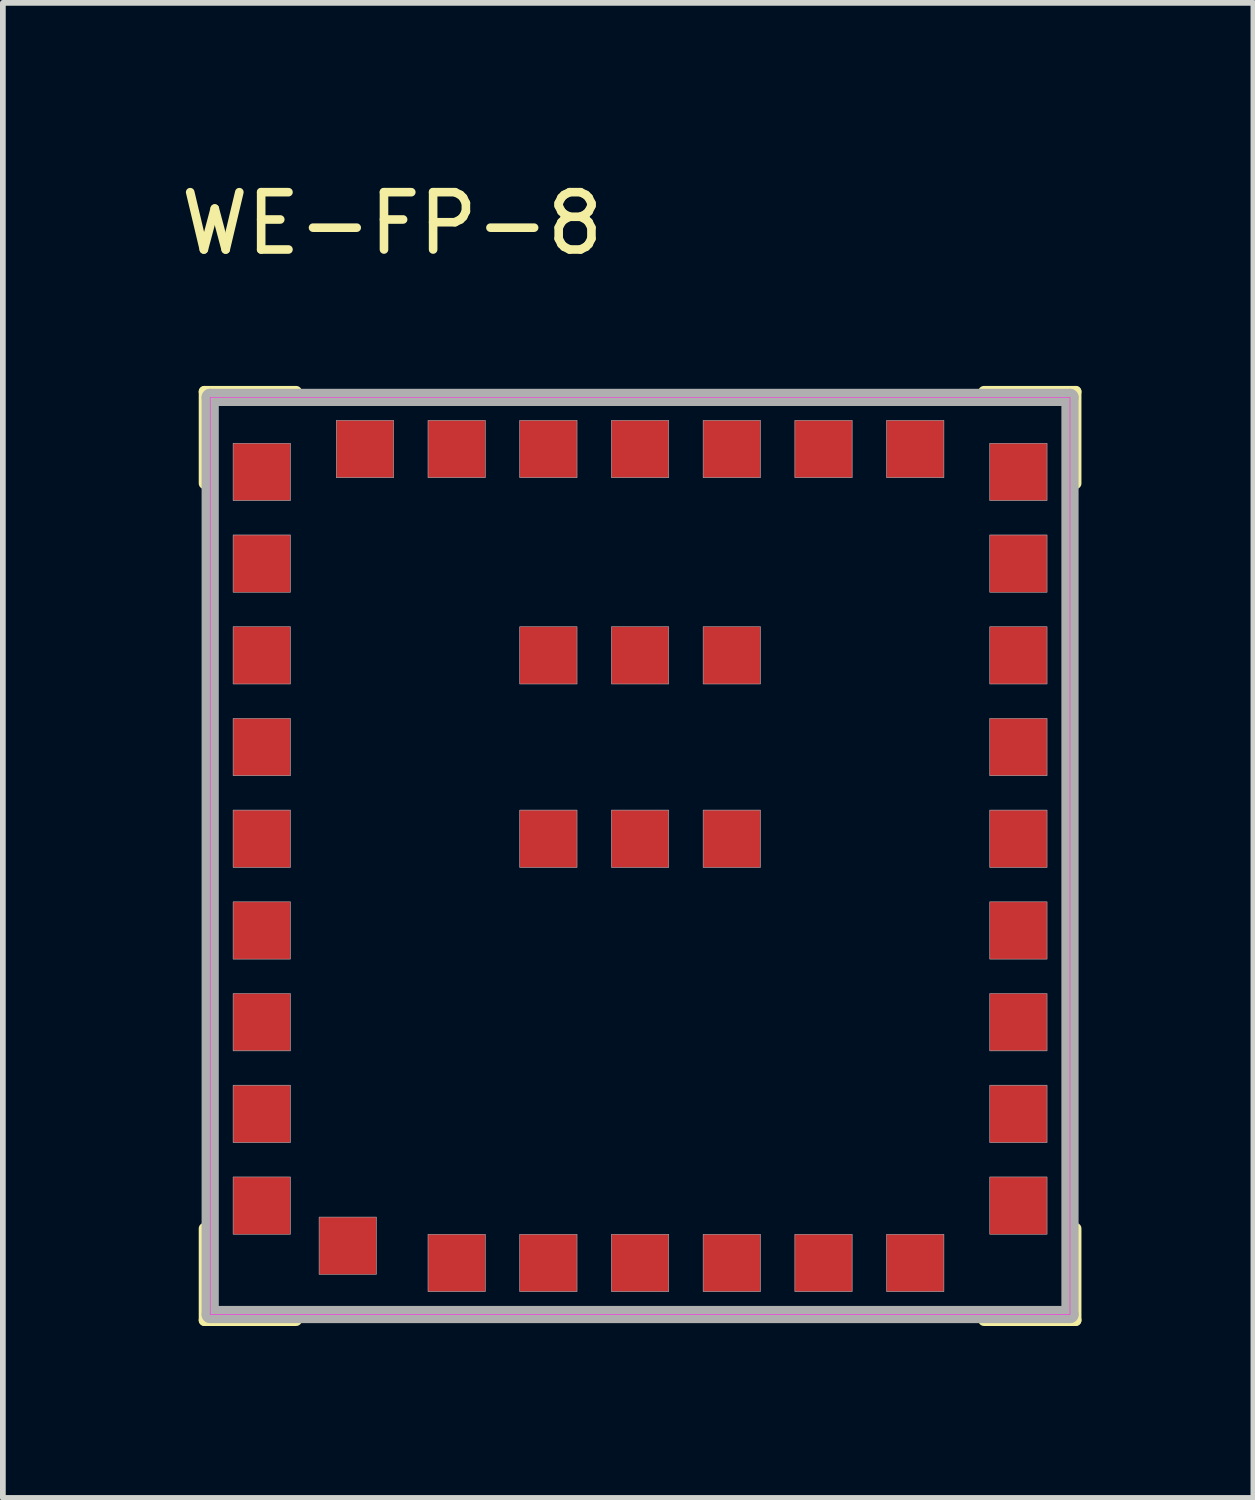
<source format=kicad_pcb>
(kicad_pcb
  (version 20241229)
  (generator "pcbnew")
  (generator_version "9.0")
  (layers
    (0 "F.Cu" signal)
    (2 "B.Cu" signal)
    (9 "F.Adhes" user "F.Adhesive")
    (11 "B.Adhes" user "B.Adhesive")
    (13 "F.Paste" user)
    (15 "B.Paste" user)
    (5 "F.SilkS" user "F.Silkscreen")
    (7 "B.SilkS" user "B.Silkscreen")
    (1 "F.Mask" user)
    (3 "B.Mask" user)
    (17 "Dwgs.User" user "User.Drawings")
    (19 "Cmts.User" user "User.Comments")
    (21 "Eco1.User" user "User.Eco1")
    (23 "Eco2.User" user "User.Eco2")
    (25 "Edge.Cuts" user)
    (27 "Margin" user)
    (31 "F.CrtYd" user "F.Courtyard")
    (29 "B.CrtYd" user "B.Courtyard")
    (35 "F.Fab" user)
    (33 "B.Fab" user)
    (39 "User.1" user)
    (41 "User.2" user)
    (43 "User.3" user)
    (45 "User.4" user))
  (footprint "WE-FP-8"
    (layer "F.Cu")
    (at 8.117 11.883)
    (property "Reference" "WE-FP-8" (at -4.325 -11.035 0) (layer "F.SilkS") (effects (font (size 1 1) (thickness 0.15))))
    (attr smd)
    (fp_line (start -7.6 -8.1) (end -7.6 -6.5) (stroke (width 0.2) (type solid)) (layer "F.SilkS"))
    (fp_line (start -7.6 8.1) (end -7.6 6.5) (stroke (width 0.2) (type solid)) (layer "F.SilkS"))
    (fp_line (start -6 -8.1) (end -7.6 -8.1) (stroke (width 0.2) (type solid)) (layer "F.SilkS"))
    (fp_line (start -6 8.1) (end -7.6 8.1) (stroke (width 0.2) (type solid)) (layer "F.SilkS"))
    (fp_line (start 7.6 -8.1) (end 6 -8.1) (stroke (width 0.2) (type solid)) (layer "F.SilkS"))
    (fp_line (start 7.6 -6.5) (end 7.6 -8.1) (stroke (width 0.2) (type solid)) (layer "F.SilkS"))
    (fp_line (start 7.6 6.5) (end 7.6 8.1) (stroke (width 0.2) (type solid)) (layer "F.SilkS"))
    (fp_line (start 7.6 8.1) (end 6 8.1) (stroke (width 0.2) (type solid)) (layer "F.SilkS"))
    (fp_poly (pts (xy 7.5 8) (xy -7.5 8) (xy -7.5 -8) (xy 7.5 -8)) (stroke (width 0.01) (type solid)) (fill no) (layer "F.CrtYd"))
    (fp_line (start -7.5 -8) (end -7.5 8) (stroke (width 0.3) (type solid)) (layer "F.Fab"))
    (fp_line (start -7.5 8) (end 7.5 8) (stroke (width 0.3) (type solid)) (layer "F.Fab"))
    (fp_line (start 7.5 -8) (end -7.5 -8) (stroke (width 0.3) (type solid)) (layer "F.Fab"))
    (fp_line (start 7.5 8) (end 7.5 -8) (stroke (width 0.3) (type solid)) (layer "F.Fab"))
    (fp_poly (pts (xy -7.1 -7.2) (xy -6.1 -7.2) (xy -6.1 -6.2) (xy -7.1 -6.2)) (stroke (width 0.01) (type solid)) (fill no) (layer "F.Fab"))
    (fp_poly (pts (xy -7.1 -5.6) (xy -6.1 -5.6) (xy -6.1 -4.6) (xy -7.1 -4.6)) (stroke (width 0.01) (type solid)) (fill no) (layer "F.Fab"))
    (fp_poly (pts (xy -7.1 -4) (xy -6.1 -4) (xy -6.1 -3) (xy -7.1 -3)) (stroke (width 0.01) (type solid)) (fill no) (layer "F.Fab"))
    (fp_poly (pts (xy -7.1 -2.4) (xy -6.1 -2.4) (xy -6.1 -1.4) (xy -7.1 -1.4)) (stroke (width 0.01) (type solid)) (fill no) (layer "F.Fab"))
    (fp_poly (pts (xy -7.1 -0.8) (xy -6.1 -0.8) (xy -6.1 0.2) (xy -7.1 0.2)) (stroke (width 0.01) (type solid)) (fill no) (layer "F.Fab"))
    (fp_poly (pts (xy -7.1 0.8) (xy -6.1 0.8) (xy -6.1 1.8) (xy -7.1 1.8)) (stroke (width 0.01) (type solid)) (fill no) (layer "F.Fab"))
    (fp_poly (pts (xy -7.1 2.4) (xy -6.1 2.4) (xy -6.1 3.4) (xy -7.1 3.4)) (stroke (width 0.01) (type solid)) (fill no) (layer "F.Fab"))
    (fp_poly (pts (xy -7.1 4) (xy -6.1 4) (xy -6.1 5) (xy -7.1 5)) (stroke (width 0.01) (type solid)) (fill no) (layer "F.Fab"))
    (fp_poly (pts (xy -7.1 5.6) (xy -6.1 5.6) (xy -6.1 6.6) (xy -7.1 6.6)) (stroke (width 0.01) (type solid)) (fill no) (layer "F.Fab"))
    (fp_poly (pts (xy -5.6 6.3) (xy -4.6 6.3) (xy -4.6 7.3) (xy -5.6 7.3)) (stroke (width 0.01) (type solid)) (fill no) (layer "F.Fab"))
    (fp_poly (pts (xy -5.3 -7.6) (xy -4.3 -7.6) (xy -4.3 -6.6) (xy -5.3 -6.6)) (stroke (width 0.01) (type solid)) (fill no) (layer "F.Fab"))
    (fp_poly (pts (xy -3.7 -7.6) (xy -2.7 -7.6) (xy -2.7 -6.6) (xy -3.7 -6.6)) (stroke (width 0.01) (type solid)) (fill no) (layer "F.Fab"))
    (fp_poly (pts (xy -3.7 6.6) (xy -2.7 6.6) (xy -2.7 7.6) (xy -3.7 7.6)) (stroke (width 0.01) (type solid)) (fill no) (layer "F.Fab"))
    (fp_poly (pts (xy -2.1 -7.6) (xy -1.1 -7.6) (xy -1.1 -6.6) (xy -2.1 -6.6)) (stroke (width 0.01) (type solid)) (fill no) (layer "F.Fab"))
    (fp_poly (pts (xy -2.1 -4) (xy -1.1 -4) (xy -1.1 -3) (xy -2.1 -3)) (stroke (width 0.01) (type solid)) (fill no) (layer "F.Fab"))
    (fp_poly (pts (xy -2.1 -0.8) (xy -1.1 -0.8) (xy -1.1 0.2) (xy -2.1 0.2)) (stroke (width 0.01) (type solid)) (fill no) (layer "F.Fab"))
    (fp_poly (pts (xy -2.1 6.6) (xy -1.1 6.6) (xy -1.1 7.6) (xy -2.1 7.6)) (stroke (width 0.01) (type solid)) (fill no) (layer "F.Fab"))
    (fp_poly (pts (xy -0.5 -7.6) (xy 0.5 -7.6) (xy 0.5 -6.6) (xy -0.5 -6.6)) (stroke (width 0.01) (type solid)) (fill no) (layer "F.Fab"))
    (fp_poly (pts (xy -0.5 -4) (xy 0.5 -4) (xy 0.5 -3) (xy -0.5 -3)) (stroke (width 0.01) (type solid)) (fill no) (layer "F.Fab"))
    (fp_poly (pts (xy -0.5 -0.8) (xy 0.5 -0.8) (xy 0.5 0.2) (xy -0.5 0.2)) (stroke (width 0.01) (type solid)) (fill no) (layer "F.Fab"))
    (fp_poly (pts (xy -0.5 6.6) (xy 0.5 6.6) (xy 0.5 7.6) (xy -0.5 7.6)) (stroke (width 0.01) (type solid)) (fill no) (layer "F.Fab"))
    (fp_poly (pts (xy 1.1 -7.6) (xy 2.1 -7.6) (xy 2.1 -6.6) (xy 1.1 -6.6)) (stroke (width 0.01) (type solid)) (fill no) (layer "F.Fab"))
    (fp_poly (pts (xy 1.1 -4) (xy 2.1 -4) (xy 2.1 -3) (xy 1.1 -3)) (stroke (width 0.01) (type solid)) (fill no) (layer "F.Fab"))
    (fp_poly (pts (xy 1.1 -0.8) (xy 2.1 -0.8) (xy 2.1 0.2) (xy 1.1 0.2)) (stroke (width 0.01) (type solid)) (fill no) (layer "F.Fab"))
    (fp_poly (pts (xy 1.1 6.6) (xy 2.1 6.6) (xy 2.1 7.6) (xy 1.1 7.6)) (stroke (width 0.01) (type solid)) (fill no) (layer "F.Fab"))
    (fp_poly (pts (xy 2.7 -7.6) (xy 3.7 -7.6) (xy 3.7 -6.6) (xy 2.7 -6.6)) (stroke (width 0.01) (type solid)) (fill no) (layer "F.Fab"))
    (fp_poly (pts (xy 2.7 6.6) (xy 3.7 6.6) (xy 3.7 7.6) (xy 2.7 7.6)) (stroke (width 0.01) (type solid)) (fill no) (layer "F.Fab"))
    (fp_poly (pts (xy 4.3 -7.6) (xy 5.3 -7.6) (xy 5.3 -6.6) (xy 4.3 -6.6)) (stroke (width 0.01) (type solid)) (fill no) (layer "F.Fab"))
    (fp_poly (pts (xy 4.3 6.6) (xy 5.3 6.6) (xy 5.3 7.6) (xy 4.3 7.6)) (stroke (width 0.01) (type solid)) (fill no) (layer "F.Fab"))
    (fp_poly (pts (xy 6.1 -7.2) (xy 7.1 -7.2) (xy 7.1 -6.2) (xy 6.1 -6.2)) (stroke (width 0.01) (type solid)) (fill no) (layer "F.Fab"))
    (fp_poly (pts (xy 6.1 -5.6) (xy 7.1 -5.6) (xy 7.1 -4.6) (xy 6.1 -4.6)) (stroke (width 0.01) (type solid)) (fill no) (layer "F.Fab"))
    (fp_poly (pts (xy 6.1 -4) (xy 7.1 -4) (xy 7.1 -3) (xy 6.1 -3)) (stroke (width 0.01) (type solid)) (fill no) (layer "F.Fab"))
    (fp_poly (pts (xy 6.1 -2.4) (xy 7.1 -2.4) (xy 7.1 -1.4) (xy 6.1 -1.4)) (stroke (width 0.01) (type solid)) (fill no) (layer "F.Fab"))
    (fp_poly (pts (xy 6.1 -0.8) (xy 7.1 -0.8) (xy 7.1 0.2) (xy 6.1 0.2)) (stroke (width 0.01) (type solid)) (fill no) (layer "F.Fab"))
    (fp_poly (pts (xy 6.1 0.8) (xy 7.1 0.8) (xy 7.1 1.8) (xy 6.1 1.8)) (stroke (width 0.01) (type solid)) (fill no) (layer "F.Fab"))
    (fp_poly (pts (xy 6.1 2.4) (xy 7.1 2.4) (xy 7.1 3.4) (xy 6.1 3.4)) (stroke (width 0.01) (type solid)) (fill no) (layer "F.Fab"))
    (fp_poly (pts (xy 6.1 4) (xy 7.1 4) (xy 7.1 5) (xy 6.1 5)) (stroke (width 0.01) (type solid)) (fill no) (layer "F.Fab"))
    (fp_poly (pts (xy 6.1 5.6) (xy 7.1 5.6) (xy 7.1 6.6) (xy 6.1 6.6)) (stroke (width 0.01) (type solid)) (fill no) (layer "F.Fab"))
    (pad "1" smd rect (at -6.6 -6.7) (size 1 1) (layers "F.Cu" "F.Mask" "F.Paste"))
    (pad "2" smd rect (at -6.6 -5.1) (size 1 1) (layers "F.Cu" "F.Mask" "F.Paste"))
    (pad "3" smd rect (at -6.6 -3.5) (size 1 1) (layers "F.Cu" "F.Mask" "F.Paste"))
    (pad "4" smd rect (at -6.6 -1.9) (size 1 1) (layers "F.Cu" "F.Mask" "F.Paste"))
    (pad "5" smd rect (at -6.6 -0.3) (size 1 1) (layers "F.Cu" "F.Mask" "F.Paste"))
    (pad "6" smd rect (at -6.6 1.3) (size 1 1) (layers "F.Cu" "F.Mask" "F.Paste"))
    (pad "7" smd rect (at -6.6 2.9) (size 1 1) (layers "F.Cu" "F.Mask" "F.Paste"))
    (pad "8" smd rect (at -6.6 4.5) (size 1 1) (layers "F.Cu" "F.Mask" "F.Paste"))
    (pad "9" smd rect (at -6.6 6.1) (size 1 1) (layers "F.Cu" "F.Mask" "F.Paste"))
    (pad "10" smd rect (at -5.1 6.8) (size 1 1) (layers "F.Cu" "F.Mask" "F.Paste"))
    (pad "11" smd rect (at -3.2 7.1) (size 1 1) (layers "F.Cu" "F.Mask" "F.Paste"))
    (pad "12" smd rect (at -1.6 7.1) (size 1 1) (layers "F.Cu" "F.Mask" "F.Paste"))
    (pad "13" smd rect (at 0 7.1) (size 1 1) (layers "F.Cu" "F.Mask" "F.Paste"))
    (pad "14" smd rect (at 1.6 7.1) (size 1 1) (layers "F.Cu" "F.Mask" "F.Paste"))
    (pad "15" smd rect (at 3.2 7.1) (size 1 1) (layers "F.Cu" "F.Mask" "F.Paste"))
    (pad "16" smd rect (at 4.8 7.1) (size 1 1) (layers "F.Cu" "F.Mask" "F.Paste"))
    (pad "17" smd rect (at 6.6 6.1) (size 1 1) (layers "F.Cu" "F.Mask" "F.Paste"))
    (pad "18" smd rect (at 6.6 4.5) (size 1 1) (layers "F.Cu" "F.Mask" "F.Paste"))
    (pad "19" smd rect (at 6.6 2.9) (size 1 1) (layers "F.Cu" "F.Mask" "F.Paste"))
    (pad "20" smd rect (at 6.6 1.3) (size 1 1) (layers "F.Cu" "F.Mask" "F.Paste"))
    (pad "21" smd rect (at 6.6 -0.3) (size 1 1) (layers "F.Cu" "F.Mask" "F.Paste"))
    (pad "22" smd rect (at 6.6 -1.9) (size 1 1) (layers "F.Cu" "F.Mask" "F.Paste"))
    (pad "23" smd rect (at 6.6 -3.5) (size 1 1) (layers "F.Cu" "F.Mask" "F.Paste"))
    (pad "24" smd rect (at 6.6 -5.1) (size 1 1) (layers "F.Cu" "F.Mask" "F.Paste"))
    (pad "25" smd rect (at 6.6 -6.7) (size 1 1) (layers "F.Cu" "F.Mask" "F.Paste"))
    (pad "26" smd rect (at 4.8 -7.1) (size 1 1) (layers "F.Cu" "F.Mask" "F.Paste"))
    (pad "27" smd rect (at 3.2 -7.1) (size 1 1) (layers "F.Cu" "F.Mask" "F.Paste"))
    (pad "28" smd rect (at 1.6 -7.1) (size 1 1) (layers "F.Cu" "F.Mask" "F.Paste"))
    (pad "29" smd rect (at 0 -7.1) (size 1 1) (layers "F.Cu" "F.Mask" "F.Paste"))
    (pad "30" smd rect (at -1.6 -7.1) (size 1 1) (layers "F.Cu" "F.Mask" "F.Paste"))
    (pad "31" smd rect (at -3.2 -7.1) (size 1 1) (layers "F.Cu" "F.Mask" "F.Paste"))
    (pad "32" smd rect (at -4.8 -7.1) (size 1 1) (layers "F.Cu" "F.Mask" "F.Paste"))
    (pad "B1" smd rect (at -1.6 -3.5) (size 1 1) (layers "F.Cu" "F.Mask" "F.Paste"))
    (pad "B2" smd rect (at -1.6 -0.3) (size 1 1) (layers "F.Cu" "F.Mask" "F.Paste"))
    (pad "B3" smd rect (at 0 -0.3) (size 1 1) (layers "F.Cu" "F.Mask" "F.Paste"))
    (pad "B4" smd rect (at 1.6 -0.3) (size 1 1) (layers "F.Cu" "F.Mask" "F.Paste"))
    (pad "B5" smd rect (at 1.6 -3.5) (size 1 1) (layers "F.Cu" "F.Mask" "F.Paste"))
    (pad "B6" smd rect (at 0 -3.5) (size 1 1) (layers "F.Cu" "F.Mask" "F.Paste"))
    (zone (net_name "") (layer "F.Cu") (hatch full 0.508) (connect_pads) (min_thickness 0.01) (filled_areas_thickness no) (keepout (tracks not_allowed) (vias not_allowed) (pads not_allowed) (copperpour not_allowed) (footprints allowed)) (placement (enabled no)) (fill) (polygon (pts (xy 0.617 4.583) (xy 0.617 3.883) (xy 2.717 3.883) (xy 2.717 4.583))))
    (zone (net_name "") (layer "F.Cu") (hatch full 0.508) (connect_pads) (min_thickness 0.01) (filled_areas_thickness no) (keepout (tracks not_allowed) (vias not_allowed) (pads not_allowed) (copperpour not_allowed) (footprints allowed)) (placement (enabled no)) (fill) (polygon (pts (xy 0.617 6.183) (xy 0.617 5.783) (xy 2.117 5.783) (xy 2.117 6.183))))
    (zone (net_name "") (layer "F.Cu") (hatch full 0.508) (connect_pads) (min_thickness 0.01) (filled_areas_thickness no) (keepout (tracks not_allowed) (vias not_allowed) (pads not_allowed) (copperpour not_allowed) (footprints allowed)) (placement (enabled no)) (fill) (polygon (pts (xy 0.617 7.783) (xy 0.617 7.383) (xy 2.117 7.383) (xy 2.117 7.783))))
    (zone (net_name "") (layer "F.Cu") (hatch full 0.508) (connect_pads) (min_thickness 0.01) (filled_areas_thickness no) (keepout (tracks not_allowed) (vias not_allowed) (pads not_allowed) (copperpour not_allowed) (footprints allowed)) (placement (enabled no)) (fill) (polygon (pts (xy 0.617 9.383) (xy 0.617 8.983) (xy 2.117 8.983) (xy 2.117 9.383))))
    (zone (net_name "") (layer "F.Cu") (hatch full 0.508) (connect_pads) (min_thickness 0.01) (filled_areas_thickness no) (keepout (tracks not_allowed) (vias not_allowed) (pads not_allowed) (copperpour not_allowed) (footprints allowed)) (placement (enabled no)) (fill) (polygon (pts (xy 0.617 10.983) (xy 0.617 10.583) (xy 2.117 10.583) (xy 2.117 10.983))))
    (zone (net_name "") (layer "F.Cu") (hatch full 0.508) (connect_pads) (min_thickness 0.01) (filled_areas_thickness no) (keepout (tracks not_allowed) (vias not_allowed) (pads not_allowed) (copperpour not_allowed) (footprints allowed)) (placement (enabled no)) (fill) (polygon (pts (xy 0.617 12.583) (xy 0.617 12.183) (xy 2.117 12.183) (xy 2.117 12.583))))
    (zone (net_name "") (layer "F.Cu") (hatch full 0.508) (connect_pads) (min_thickness 0.01) (filled_areas_thickness no) (keepout (tracks not_allowed) (vias not_allowed) (pads not_allowed) (copperpour not_allowed) (footprints allowed)) (placement (enabled no)) (fill) (polygon (pts (xy 0.617 14.183) (xy 0.617 13.783) (xy 2.117 13.783) (xy 2.117 14.183))))
    (zone (net_name "") (layer "F.Cu") (hatch full 0.508) (connect_pads) (min_thickness 0.01) (filled_areas_thickness no) (keepout (tracks not_allowed) (vias not_allowed) (pads not_allowed) (copperpour not_allowed) (footprints allowed)) (placement (enabled no)) (fill) (polygon (pts (xy 0.617 15.783) (xy 0.617 15.383) (xy 2.117 15.383) (xy 2.117 15.783))))
    (zone (net_name "") (layer "F.Cu") (hatch full 0.508) (connect_pads) (min_thickness 0.01) (filled_areas_thickness no) (keepout (tracks not_allowed) (vias not_allowed) (pads not_allowed) (copperpour not_allowed) (footprints allowed)) (placement (enabled no)) (fill) (polygon (pts (xy 2.117 4.583) (xy 2.717 4.583) (xy 2.717 18.083) (xy 2.117 18.083))))
    (zone (net_name "") (layer "F.Cu") (hatch full 0.508) (connect_pads) (min_thickness 0.01) (filled_areas_thickness no) (keepout (tracks not_allowed) (vias not_allowed) (pads not_allowed) (copperpour not_allowed) (footprints allowed)) (placement (enabled no)) (fill) (polygon (pts (xy 2.717 5.683) (xy 2.717 5.383) (xy 13.517 5.383) (xy 13.517 5.683))))
    (zone (net_name "") (layer "F.Cu") (hatch full 0.508) (connect_pads) (min_thickness 0.01) (filled_areas_thickness no) (keepout (tracks not_allowed) (vias not_allowed) (pads not_allowed) (copperpour not_allowed) (footprints allowed)) (placement (enabled no)) (fill) (polygon (pts (xy 2.717 18.083) (xy 2.717 17.783) (xy 3.617 17.783) (xy 3.617 18.083))))
    (zone (net_name "") (layer "F.Cu") (hatch full 0.508) (connect_pads) (min_thickness 0.01) (filled_areas_thickness no) (keepout (tracks not_allowed) (vias not_allowed) (pads not_allowed) (copperpour not_allowed) (footprints allowed)) (placement (enabled no)) (fill) (polygon (pts (xy 3.617 18.383) (xy 3.617 18.083) (xy 13.517 18.083) (xy 13.517 18.383))))
    (zone (net_name "") (layer "F.Cu") (hatch full 0.508) (connect_pads) (min_thickness 0.01) (filled_areas_thickness no) (keepout (tracks not_allowed) (vias not_allowed) (pads not_allowed) (copperpour not_allowed) (footprints allowed)) (placement (enabled no)) (fill) (polygon (pts (xy 4.317 3.883) (xy 4.317 5.383) (xy 3.917 5.383) (xy 3.917 3.883))))
    (zone (net_name "") (layer "F.Cu") (hatch full 0.508) (connect_pads) (min_thickness 0.01) (filled_areas_thickness no) (keepout (tracks not_allowed) (vias not_allowed) (pads not_allowed) (copperpour not_allowed) (footprints allowed)) (placement (enabled no)) (fill) (polygon (pts (xy 5.917 3.883) (xy 5.917 5.383) (xy 5.517 5.383) (xy 5.517 3.883))))
    (zone (net_name "") (layer "F.Cu") (hatch full 0.508) (connect_pads) (min_thickness 0.01) (filled_areas_thickness no) (keepout (tracks not_allowed) (vias not_allowed) (pads not_allowed) (copperpour not_allowed) (footprints allowed)) (placement (enabled no)) (fill) (polygon (pts (xy 7.117 19.883) (xy 7.117 18.383) (xy 7.517 18.383) (xy 7.517 19.883))))
    (zone (net_name "") (layer "F.Cu") (hatch full 0.508) (connect_pads) (min_thickness 0.01) (filled_areas_thickness no) (keepout (tracks not_allowed) (vias not_allowed) (pads not_allowed) (copperpour not_allowed) (footprints allowed)) (placement (enabled no)) (fill) (polygon (pts (xy 7.517 3.883) (xy 7.517 5.383) (xy 7.117 5.383) (xy 7.117 3.883))))
    (zone (net_name "") (layer "F.Cu") (hatch full 0.508) (connect_pads) (min_thickness 0.01) (filled_areas_thickness no) (keepout (tracks not_allowed) (vias not_allowed) (pads not_allowed) (copperpour not_allowed) (footprints allowed)) (placement (enabled no)) (fill) (polygon (pts (xy 8.717 19.883) (xy 8.717 18.383) (xy 9.117 18.383) (xy 9.117 19.883))))
    (zone (net_name "") (layer "F.Cu") (hatch full 0.508) (connect_pads) (min_thickness 0.01) (filled_areas_thickness no) (keepout (tracks not_allowed) (vias not_allowed) (pads not_allowed) (copperpour not_allowed) (footprints allowed)) (placement (enabled no)) (fill) (polygon (pts (xy 9.117 3.883) (xy 9.117 5.383) (xy 8.717 5.383) (xy 8.717 3.883))))
    (zone (net_name "") (layer "F.Cu") (hatch full 0.508) (connect_pads) (min_thickness 0.01) (filled_areas_thickness no) (keepout (tracks not_allowed) (vias not_allowed) (pads not_allowed) (copperpour not_allowed) (footprints allowed)) (placement (enabled no)) (fill) (polygon (pts (xy 10.317 19.883) (xy 10.317 18.383) (xy 10.717 18.383) (xy 10.717 19.883))))
    (zone (net_name "") (layer "F.Cu") (hatch full 0.508) (connect_pads) (min_thickness 0.01) (filled_areas_thickness no) (keepout (tracks not_allowed) (vias not_allowed) (pads not_allowed) (copperpour not_allowed) (footprints allowed)) (placement (enabled no)) (fill) (polygon (pts (xy 10.717 3.883) (xy 10.717 5.383) (xy 10.317 5.383) (xy 10.317 3.883))))
    (zone (net_name "") (layer "F.Cu") (hatch full 0.508) (connect_pads) (min_thickness 0.01) (filled_areas_thickness no) (keepout (tracks not_allowed) (vias not_allowed) (pads not_allowed) (copperpour not_allowed) (footprints allowed)) (placement (enabled no)) (fill) (polygon (pts (xy 11.917 19.883) (xy 11.917 18.383) (xy 12.317 18.383) (xy 12.317 19.883))))
    (zone (net_name "") (layer "F.Cu") (hatch full 0.508) (connect_pads) (min_thickness 0.01) (filled_areas_thickness no) (keepout (tracks not_allowed) (vias not_allowed) (pads not_allowed) (copperpour not_allowed) (footprints allowed)) (placement (enabled no)) (fill) (polygon (pts (xy 12.317 3.883) (xy 12.317 5.383) (xy 11.917 5.383) (xy 11.917 3.883))))
    (zone (net_name "") (layer "F.Cu") (hatch full 0.508) (connect_pads) (min_thickness 0.01) (filled_areas_thickness no) (keepout (tracks not_allowed) (vias not_allowed) (pads not_allowed) (copperpour not_allowed) (footprints allowed)) (placement (enabled no)) (fill) (polygon (pts (xy 13.517 4.583) (xy 13.517 3.883) (xy 15.617 3.883) (xy 15.617 4.583))))
    (zone (net_name "") (layer "F.Cu") (hatch full 0.508) (connect_pads) (min_thickness 0.01) (filled_areas_thickness no) (keepout (tracks not_allowed) (vias not_allowed) (pads not_allowed) (copperpour not_allowed) (footprints allowed)) (placement (enabled no)) (fill) (polygon (pts (xy 13.517 4.583) (xy 14.117 4.583) (xy 14.117 18.583) (xy 13.517 18.583))))
    (zone (net_name "") (layer "F.Cu") (hatch full 0.508) (connect_pads) (min_thickness 0.01) (filled_areas_thickness no) (keepout (tracks not_allowed) (vias not_allowed) (pads not_allowed) (copperpour not_allowed) (footprints allowed)) (placement (enabled no)) (fill) (polygon (pts (xy 13.517 19.883) (xy 13.517 18.583) (xy 15.617 18.583) (xy 15.617 19.883))))
    (zone (net_name "") (layer "F.Cu") (hatch full 0.508) (connect_pads) (min_thickness 0.01) (filled_areas_thickness no) (keepout (tracks not_allowed) (vias not_allowed) (pads not_allowed) (copperpour not_allowed) (footprints allowed)) (placement (enabled no)) (fill) (polygon (pts (xy 15.617 6.183) (xy 14.117 6.183) (xy 14.117 5.783) (xy 15.617 5.783))))
    (zone (net_name "") (layer "F.Cu") (hatch full 0.508) (connect_pads) (min_thickness 0.01) (filled_areas_thickness no) (keepout (tracks not_allowed) (vias not_allowed) (pads not_allowed) (copperpour not_allowed) (footprints allowed)) (placement (enabled no)) (fill) (polygon (pts (xy 15.617 7.783) (xy 14.117 7.783) (xy 14.117 7.383) (xy 15.617 7.383))))
    (zone (net_name "") (layer "F.Cu") (hatch full 0.508) (connect_pads) (min_thickness 0.01) (filled_areas_thickness no) (keepout (tracks not_allowed) (vias not_allowed) (pads not_allowed) (copperpour not_allowed) (footprints allowed)) (placement (enabled no)) (fill) (polygon (pts (xy 15.617 9.383) (xy 14.117 9.383) (xy 14.117 8.983) (xy 15.617 8.983))))
    (zone (net_name "") (layer "F.Cu") (hatch full 0.508) (connect_pads) (min_thickness 0.01) (filled_areas_thickness no) (keepout (tracks not_allowed) (vias not_allowed) (pads not_allowed) (copperpour not_allowed) (footprints allowed)) (placement (enabled no)) (fill) (polygon (pts (xy 15.617 10.983) (xy 14.117 10.983) (xy 14.117 10.583) (xy 15.617 10.583))))
    (zone (net_name "") (layer "F.Cu") (hatch full 0.508) (connect_pads) (min_thickness 0.01) (filled_areas_thickness no) (keepout (tracks not_allowed) (vias not_allowed) (pads not_allowed) (copperpour not_allowed) (footprints allowed)) (placement (enabled no)) (fill) (polygon (pts (xy 15.617 12.583) (xy 14.117 12.583) (xy 14.117 12.183) (xy 15.617 12.183))))
    (zone (net_name "") (layer "F.Cu") (hatch full 0.508) (connect_pads) (min_thickness 0.01) (filled_areas_thickness no) (keepout (tracks not_allowed) (vias not_allowed) (pads not_allowed) (copperpour not_allowed) (footprints allowed)) (placement (enabled no)) (fill) (polygon (pts (xy 15.617 14.183) (xy 14.117 14.183) (xy 14.117 13.783) (xy 15.617 13.783))))
    (zone (net_name "") (layer "F.Cu") (hatch full 0.508) (connect_pads) (min_thickness 0.01) (filled_areas_thickness no) (keepout (tracks not_allowed) (vias not_allowed) (pads not_allowed) (copperpour not_allowed) (footprints allowed)) (placement (enabled no)) (fill) (polygon (pts (xy 15.617 15.783) (xy 14.117 15.783) (xy 14.117 15.383) (xy 15.617 15.383))))
    (zone (net_name "") (layer "F.Cu") (hatch full 0.508) (connect_pads) (min_thickness 0.01) (filled_areas_thickness no) (keepout (tracks not_allowed) (vias not_allowed) (pads not_allowed) (copperpour not_allowed) (footprints allowed)) (placement (enabled no)) (fill) (polygon (pts (xy 15.617 17.383) (xy 14.117 17.383) (xy 14.117 16.983) (xy 15.617 16.983)))))
  (gr_rect
    (start -3 -3)
    (end 18.817 23.083)
    (stroke (width 0.1) (type default))
    (fill no)
    (layer "Edge.Cuts")))
</source>
